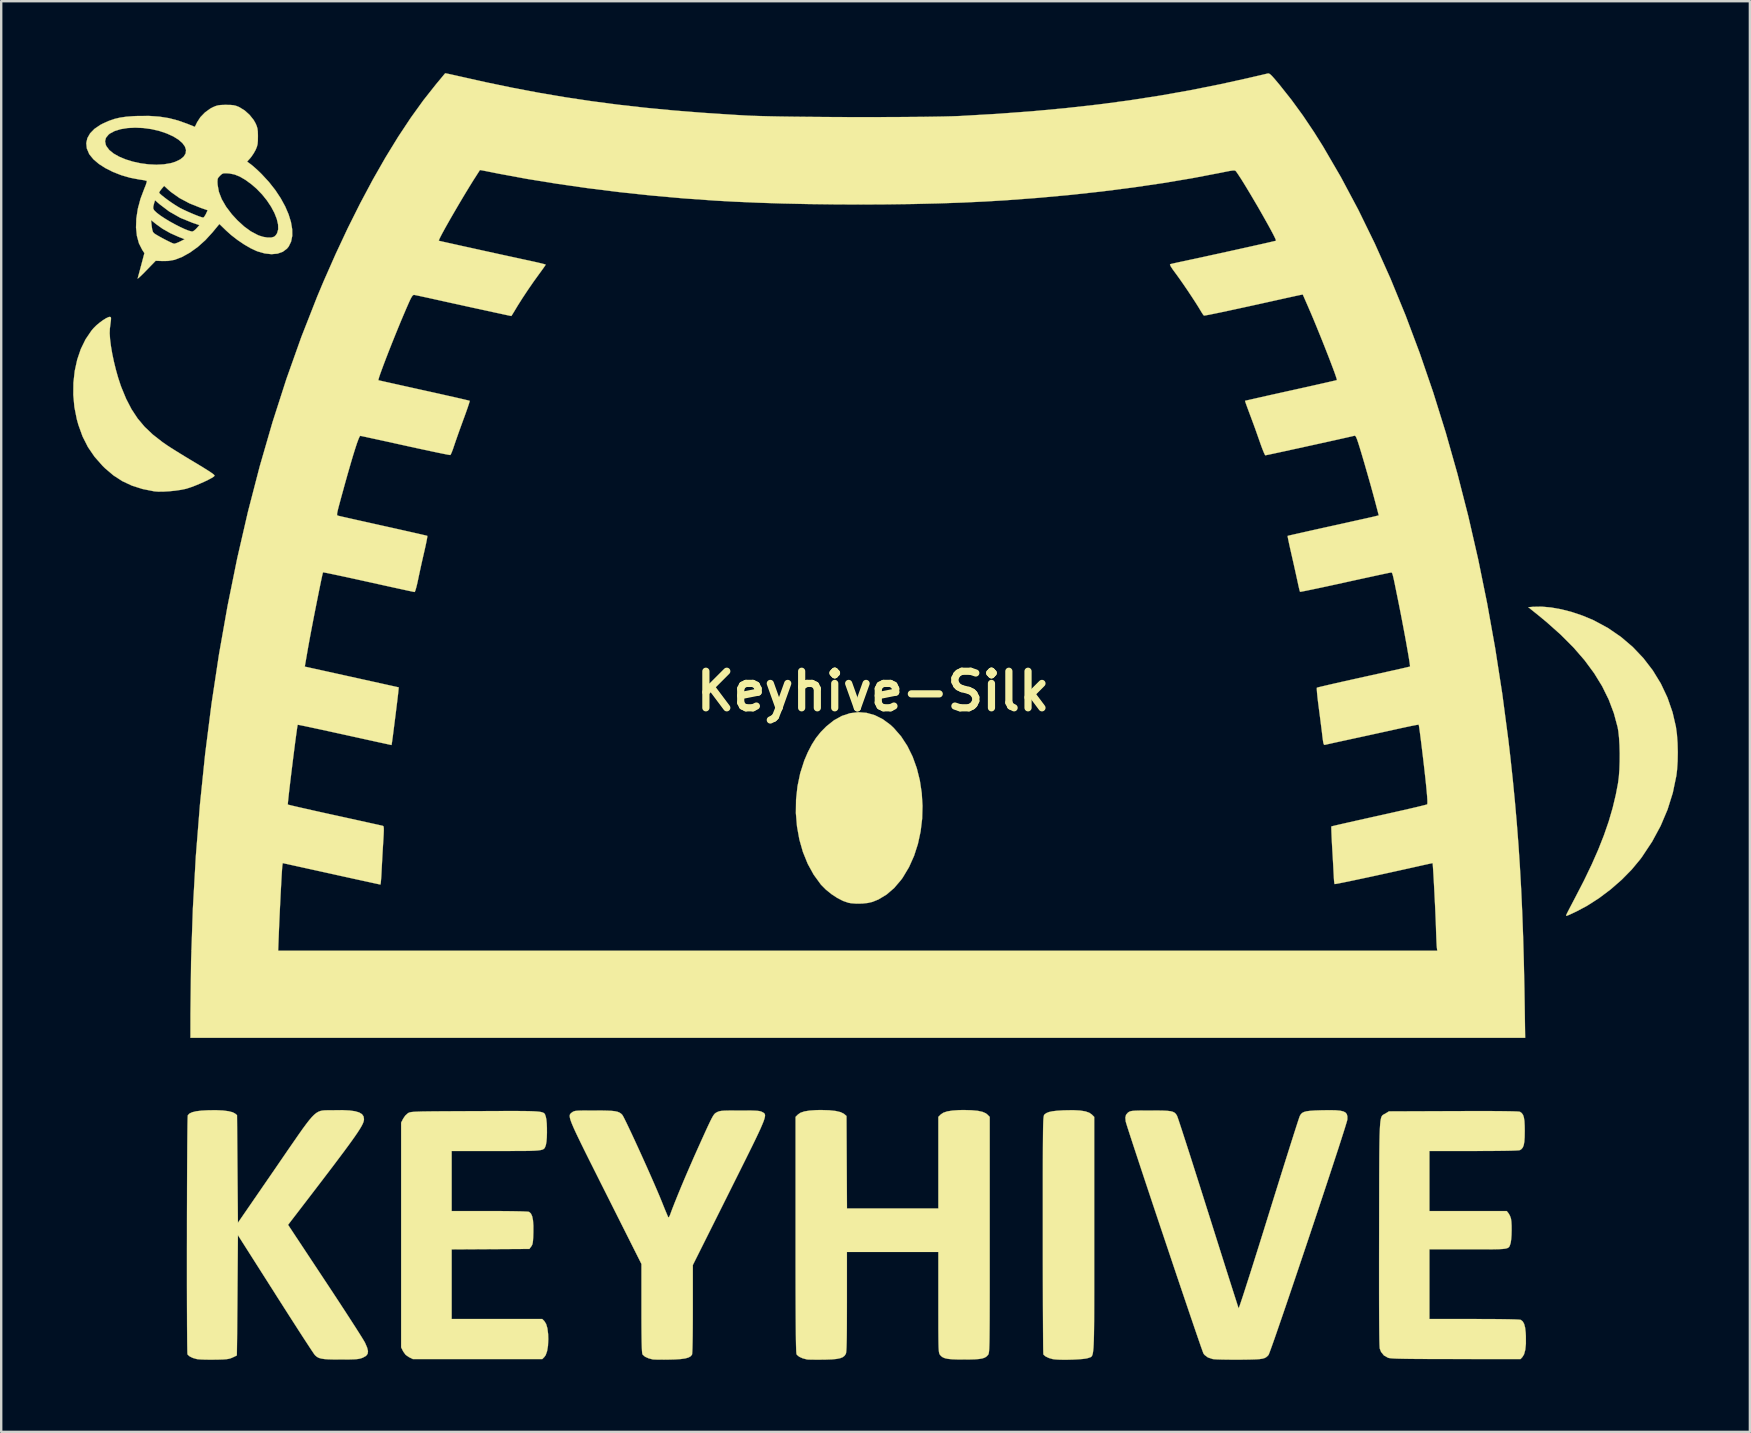
<source format=kicad_pcb>
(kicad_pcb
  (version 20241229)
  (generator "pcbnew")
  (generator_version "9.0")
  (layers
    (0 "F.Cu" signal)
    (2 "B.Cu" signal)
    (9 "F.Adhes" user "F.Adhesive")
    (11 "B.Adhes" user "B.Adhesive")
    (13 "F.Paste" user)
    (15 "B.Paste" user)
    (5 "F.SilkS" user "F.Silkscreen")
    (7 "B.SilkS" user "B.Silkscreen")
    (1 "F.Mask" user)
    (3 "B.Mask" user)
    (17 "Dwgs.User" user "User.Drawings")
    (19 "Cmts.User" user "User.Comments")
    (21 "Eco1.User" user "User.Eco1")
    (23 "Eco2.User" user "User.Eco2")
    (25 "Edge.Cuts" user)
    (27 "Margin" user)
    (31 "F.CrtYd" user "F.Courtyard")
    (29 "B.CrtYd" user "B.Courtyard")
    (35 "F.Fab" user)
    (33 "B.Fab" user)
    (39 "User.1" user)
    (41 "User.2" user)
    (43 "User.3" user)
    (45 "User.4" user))
  (footprint "Keyhive-Silk"
    (layer "F.Cu")
    (at 33.335 25.759)
    (property "Reference" "Keyhive-Silk" (at 0 0 0) (layer "F.SilkS") (effects (font (size 1.524 1.524) (thickness 0.3))))
    (attr through_hole)
    (fp_poly (pts (xy -0.27 0.9) (xy 0.072 0.997) (xy 0.405 1.164) (xy 0.725 1.4) (xy 0.858 1.524) (xy 1.168 1.879) (xy 1.432 2.284) (xy 1.651 2.73) (xy 1.824 3.21) (xy 1.95 3.716) (xy 2.029 4.24) (xy 2.061 4.774) (xy 2.046 5.311) (xy 1.982 5.842) (xy 1.87 6.361) (xy 1.71 6.858) (xy 1.5 7.327) (xy 1.241 7.76) (xy 1.166 7.864) (xy 0.88 8.199) (xy 0.566 8.47) (xy 0.228 8.675) (xy -0.026 8.778) (xy -0.216 8.822) (xy -0.447 8.847) (xy -0.69 8.851) (xy -0.917 8.834) (xy -1.031 8.813) (xy -1.251 8.737) (xy -1.493 8.612) (xy -1.737 8.452) (xy -1.966 8.266) (xy -2.162 8.069) (xy -2.177 8.051) (xy -2.474 7.644) (xy -2.723 7.191) (xy -2.922 6.7) (xy -3.071 6.178) (xy -3.169 5.636) (xy -3.216 5.079) (xy -3.209 4.518) (xy -3.149 3.96) (xy -3.035 3.413) (xy -2.866 2.886) (xy -2.72 2.545) (xy -2.551 2.219) (xy -2.376 1.944) (xy -2.179 1.699) (xy -1.945 1.462) (xy -1.629 1.21) (xy -1.299 1.027) (xy -0.959 0.915) (xy -0.615 0.872) (xy -0.27 0.9)) (stroke (width 0.01) (type solid)) (fill yes) (layer "F.SilkS"))
    (fp_poly (pts (xy 28.263 -3.491) (xy 28.691 -3.414) (xy 29.133 -3.299) (xy 29.577 -3.149) (xy 30.01 -2.968) (xy 30.043 -2.952) (xy 30.627 -2.637) (xy 31.167 -2.267) (xy 31.661 -1.846) (xy 32.105 -1.378) (xy 32.497 -0.868) (xy 32.832 -0.32) (xy 33.107 0.263) (xy 33.319 0.874) (xy 33.46 1.481) (xy 33.502 1.794) (xy 33.528 2.154) (xy 33.538 2.537) (xy 33.531 2.919) (xy 33.508 3.275) (xy 33.478 3.52) (xy 33.33 4.232) (xy 33.112 4.928) (xy 32.824 5.607) (xy 32.467 6.268) (xy 32.041 6.91) (xy 31.972 7.003) (xy 31.615 7.433) (xy 31.201 7.854) (xy 30.744 8.253) (xy 30.26 8.618) (xy 29.765 8.936) (xy 29.331 9.168) (xy 29.152 9.253) (xy 29.028 9.31) (xy 28.95 9.343) (xy 28.906 9.356) (xy 28.887 9.353) (xy 28.883 9.338) (xy 28.9 9.3) (xy 28.945 9.208) (xy 29.015 9.071) (xy 29.105 8.899) (xy 29.209 8.7) (xy 29.26 8.603) (xy 29.627 7.892) (xy 29.947 7.227) (xy 30.224 6.599) (xy 30.46 6.001) (xy 30.659 5.425) (xy 30.823 4.864) (xy 30.956 4.309) (xy 31.049 3.822) (xy 31.082 3.563) (xy 31.105 3.259) (xy 31.116 2.927) (xy 31.118 2.585) (xy 31.109 2.249) (xy 31.09 1.938) (xy 31.061 1.668) (xy 31.032 1.5) (xy 30.875 0.917) (xy 30.661 0.349) (xy 30.388 -0.206) (xy 30.053 -0.752) (xy 29.655 -1.291) (xy 29.191 -1.826) (xy 28.659 -2.359) (xy 28.058 -2.894) (xy 27.743 -3.154) (xy 27.309 -3.502) (xy 27.507 -3.52) (xy 27.864 -3.527) (xy 28.263 -3.491)) (stroke (width 0.01) (type solid)) (fill yes) (layer "F.SilkS"))
    (fp_poly (pts (xy -31.774 -15.595) (xy -31.758 -15.558) (xy -31.762 -15.474) (xy -31.767 -15.431) (xy -31.785 -15.287) (xy -31.803 -15.142) (xy -31.807 -15.109) (xy -31.814 -14.919) (xy -31.798 -14.675) (xy -31.762 -14.387) (xy -31.708 -14.07) (xy -31.638 -13.737) (xy -31.555 -13.399) (xy -31.462 -13.07) (xy -31.361 -12.762) (xy -31.331 -12.679) (xy -31.128 -12.187) (xy -30.904 -11.755) (xy -30.651 -11.371) (xy -30.359 -11.023) (xy -30.019 -10.7) (xy -29.621 -10.389) (xy -29.41 -10.243) (xy -29.272 -10.153) (xy -29.088 -10.037) (xy -28.876 -9.905) (xy -28.652 -9.768) (xy -28.448 -9.645) (xy -28.159 -9.472) (xy -27.928 -9.332) (xy -27.749 -9.22) (xy -27.616 -9.134) (xy -27.525 -9.071) (xy -27.47 -9.025) (xy -27.445 -8.995) (xy -27.443 -8.981) (xy -27.483 -8.94) (xy -27.579 -8.881) (xy -27.716 -8.808) (xy -27.883 -8.728) (xy -28.067 -8.647) (xy -28.255 -8.569) (xy -28.434 -8.502) (xy -28.59 -8.451) (xy -28.646 -8.435) (xy -28.847 -8.394) (xy -29.082 -8.36) (xy -29.332 -8.335) (xy -29.574 -8.321) (xy -29.788 -8.319) (xy -29.952 -8.332) (xy -29.954 -8.332) (xy -30.446 -8.43) (xy -30.887 -8.57) (xy -31.286 -8.757) (xy -31.656 -8.996) (xy -32.006 -9.293) (xy -32.113 -9.398) (xy -32.446 -9.776) (xy -32.721 -10.179) (xy -32.943 -10.617) (xy -33.118 -11.102) (xy -33.184 -11.338) (xy -33.284 -11.843) (xy -33.33 -12.353) (xy -33.325 -12.859) (xy -33.27 -13.351) (xy -33.167 -13.822) (xy -33.017 -14.263) (xy -32.821 -14.665) (xy -32.582 -15.018) (xy -32.487 -15.131) (xy -32.369 -15.249) (xy -32.23 -15.365) (xy -32.088 -15.469) (xy -31.957 -15.55) (xy -31.853 -15.596) (xy -31.815 -15.603) (xy -31.774 -15.595)) (stroke (width 0.01) (type solid)) (fill yes) (layer "F.SilkS"))
    (fp_poly (pts (xy 8.623 17.473) (xy 8.846 17.508) (xy 9.011 17.565) (xy 9.115 17.637) (xy 9.217 17.738) (xy 9.217 22.65) (xy 9.217 23.356) (xy 9.217 23.993) (xy 9.217 24.564) (xy 9.217 25.074) (xy 9.216 25.526) (xy 9.215 25.923) (xy 9.213 26.269) (xy 9.21 26.568) (xy 9.206 26.823) (xy 9.201 27.037) (xy 9.194 27.215) (xy 9.186 27.36) (xy 9.175 27.476) (xy 9.163 27.566) (xy 9.149 27.633) (xy 9.132 27.682) (xy 9.112 27.716) (xy 9.09 27.738) (xy 9.065 27.753) (xy 9.037 27.763) (xy 9.006 27.773) (xy 8.972 27.785) (xy 8.967 27.787) (xy 8.881 27.808) (xy 8.738 27.827) (xy 8.554 27.841) (xy 8.344 27.852) (xy 8.125 27.858) (xy 7.912 27.859) (xy 7.72 27.854) (xy 7.566 27.843) (xy 7.487 27.832) (xy 7.324 27.785) (xy 7.194 27.723) (xy 7.112 27.655) (xy 7.098 27.63) (xy 7.096 27.587) (xy 7.093 27.476) (xy 7.09 27.301) (xy 7.088 27.066) (xy 7.086 26.775) (xy 7.084 26.433) (xy 7.082 26.044) (xy 7.08 25.612) (xy 7.079 25.141) (xy 7.078 24.635) (xy 7.077 24.1) (xy 7.076 23.538) (xy 7.076 22.955) (xy 7.076 22.639) (xy 7.076 21.942) (xy 7.076 21.314) (xy 7.076 20.75) (xy 7.076 20.249) (xy 7.077 19.806) (xy 7.078 19.416) (xy 7.079 19.078) (xy 7.081 18.787) (xy 7.083 18.539) (xy 7.085 18.331) (xy 7.088 18.159) (xy 7.092 18.019) (xy 7.096 17.908) (xy 7.101 17.823) (xy 7.107 17.759) (xy 7.114 17.713) (xy 7.121 17.681) (xy 7.129 17.66) (xy 7.138 17.646) (xy 7.146 17.637) (xy 7.222 17.58) (xy 7.327 17.537) (xy 7.473 17.505) (xy 7.668 17.482) (xy 7.924 17.466) (xy 7.985 17.464) (xy 8.337 17.458) (xy 8.623 17.473)) (stroke (width 0.01) (type solid)) (fill yes) (layer "F.SilkS"))
    (fp_poly (pts (xy -14.859 17.493) (xy -14.581 17.495) (xy -14.351 17.498) (xy -14.165 17.504) (xy -14.017 17.513) (xy -13.903 17.524) (xy -13.818 17.539) (xy -13.757 17.558) (xy -13.715 17.581) (xy -13.687 17.608) (xy -13.669 17.641) (xy -13.656 17.679) (xy -13.642 17.723) (xy -13.638 17.733) (xy -13.616 17.842) (xy -13.6 18.003) (xy -13.592 18.196) (xy -13.591 18.402) (xy -13.597 18.6) (xy -13.611 18.77) (xy -13.632 18.893) (xy -13.638 18.914) (xy -13.656 18.967) (xy -13.674 19.012) (xy -13.697 19.049) (xy -13.732 19.079) (xy -13.784 19.104) (xy -13.86 19.122) (xy -13.965 19.136) (xy -14.105 19.146) (xy -14.286 19.153) (xy -14.514 19.157) (xy -14.794 19.158) (xy -15.133 19.159) (xy -15.537 19.159) (xy -15.702 19.159) (xy -17.562 19.159) (xy -17.562 21.663) (xy -15.981 21.663) (xy -15.586 21.663) (xy -15.237 21.666) (xy -14.938 21.67) (xy -14.694 21.675) (xy -14.509 21.682) (xy -14.387 21.689) (xy -14.334 21.698) (xy -14.334 21.698) (xy -14.259 21.766) (xy -14.206 21.882) (xy -14.172 22.051) (xy -14.156 22.28) (xy -14.157 22.546) (xy -14.163 22.749) (xy -14.172 22.894) (xy -14.185 22.994) (xy -14.203 23.064) (xy -14.231 23.117) (xy -14.246 23.139) (xy -14.323 23.241) (xy -17.562 23.26) (xy -17.562 26.162) (xy -13.785 26.162) (xy -13.7 26.247) (xy -13.626 26.366) (xy -13.572 26.547) (xy -13.542 26.785) (xy -13.535 26.997) (xy -13.547 27.272) (xy -13.584 27.497) (xy -13.642 27.664) (xy -13.7 27.746) (xy -13.785 27.831) (xy -19.18 27.831) (xy -19.342 27.75) (xy -19.48 27.655) (xy -19.577 27.521) (xy -19.585 27.506) (xy -19.667 27.344) (xy -19.667 17.977) (xy -19.585 17.816) (xy -19.496 17.685) (xy -19.387 17.587) (xy -19.377 17.581) (xy -19.351 17.567) (xy -19.322 17.555) (xy -19.284 17.545) (xy -19.233 17.536) (xy -19.163 17.529) (xy -19.068 17.523) (xy -18.945 17.518) (xy -18.788 17.513) (xy -18.592 17.51) (xy -18.351 17.507) (xy -18.061 17.505) (xy -17.717 17.503) (xy -17.313 17.501) (xy -16.845 17.499) (xy -16.55 17.498) (xy -16.031 17.496) (xy -15.579 17.494) (xy -15.19 17.493) (xy -14.859 17.493)) (stroke (width 0.01) (type solid)) (fill yes) (layer "F.SilkS"))
    (fp_poly (pts (xy 4.113 17.462) (xy 4.368 17.486) (xy 4.563 17.529) (xy 4.702 17.59) (xy 4.761 17.637) (xy 4.862 17.738) (xy 4.862 22.653) (xy 4.862 23.349) (xy 4.862 23.976) (xy 4.862 24.537) (xy 4.862 25.037) (xy 4.861 25.48) (xy 4.86 25.868) (xy 4.859 26.205) (xy 4.857 26.496) (xy 4.855 26.743) (xy 4.853 26.951) (xy 4.85 27.123) (xy 4.846 27.262) (xy 4.842 27.374) (xy 4.837 27.46) (xy 4.831 27.525) (xy 4.824 27.572) (xy 4.817 27.606) (xy 4.809 27.63) (xy 4.799 27.647) (xy 4.789 27.66) (xy 4.73 27.723) (xy 4.656 27.77) (xy 4.558 27.804) (xy 4.425 27.827) (xy 4.248 27.841) (xy 4.015 27.848) (xy 3.792 27.849) (xy 3.511 27.847) (xy 3.292 27.839) (xy 3.125 27.823) (xy 3.001 27.797) (xy 2.909 27.76) (xy 2.84 27.71) (xy 2.795 27.66) (xy 2.779 27.639) (xy 2.766 27.613) (xy 2.755 27.577) (xy 2.746 27.526) (xy 2.739 27.452) (xy 2.733 27.352) (xy 2.729 27.218) (xy 2.726 27.045) (xy 2.724 26.828) (xy 2.722 26.56) (xy 2.722 26.236) (xy 2.721 25.85) (xy 2.721 25.468) (xy 2.721 23.368) (xy -1.089 23.368) (xy -1.089 25.445) (xy -1.09 25.916) (xy -1.091 26.318) (xy -1.093 26.656) (xy -1.096 26.936) (xy -1.101 27.16) (xy -1.106 27.335) (xy -1.113 27.464) (xy -1.121 27.552) (xy -1.131 27.603) (xy -1.135 27.613) (xy -1.187 27.692) (xy -1.263 27.752) (xy -1.37 27.795) (xy -1.52 27.825) (xy -1.72 27.844) (xy -1.981 27.853) (xy -2.068 27.854) (xy -2.276 27.856) (xy -2.464 27.855) (xy -2.618 27.853) (xy -2.723 27.849) (xy -2.758 27.845) (xy -2.934 27.799) (xy -3.077 27.734) (xy -3.169 27.658) (xy -3.188 27.629) (xy -3.194 27.594) (xy -3.2 27.518) (xy -3.205 27.397) (xy -3.21 27.23) (xy -3.214 27.015) (xy -3.217 26.747) (xy -3.22 26.426) (xy -3.223 26.049) (xy -3.225 25.614) (xy -3.227 25.117) (xy -3.228 24.557) (xy -3.229 23.931) (xy -3.229 23.237) (xy -3.229 22.638) (xy -3.229 17.738) (xy -3.128 17.637) (xy -3.021 17.564) (xy -2.86 17.51) (xy -2.642 17.475) (xy -2.362 17.456) (xy -2.159 17.453) (xy -1.825 17.463) (xy -1.555 17.492) (xy -1.351 17.541) (xy -1.216 17.608) (xy -1.204 17.618) (xy -1.107 17.701) (xy -1.097 19.627) (xy -1.087 21.554) (xy 2.721 21.554) (xy 2.721 17.738) (xy 2.822 17.637) (xy 2.93 17.564) (xy 3.09 17.51) (xy 3.308 17.475) (xy 3.589 17.456) (xy 3.792 17.453) (xy 4.113 17.462)) (stroke (width 0.01) (type solid)) (fill yes) (layer "F.SilkS"))
    (fp_poly (pts (xy 25.731 17.496) (xy 26.103 17.498) (xy 26.406 17.502) (xy 26.643 17.506) (xy 26.814 17.512) (xy 26.92 17.519) (xy 26.961 17.526) (xy 27.033 17.578) (xy 27.087 17.652) (xy 27.123 17.758) (xy 27.146 17.906) (xy 27.157 18.108) (xy 27.16 18.324) (xy 27.156 18.579) (xy 27.143 18.771) (xy 27.118 18.912) (xy 27.079 19.012) (xy 27.022 19.081) (xy 26.962 19.121) (xy 26.907 19.131) (xy 26.782 19.139) (xy 26.587 19.146) (xy 26.324 19.151) (xy 25.996 19.155) (xy 25.604 19.158) (xy 25.149 19.159) (xy 25.04 19.159) (xy 23.187 19.159) (xy 23.187 21.663) (xy 26.411 21.663) (xy 26.485 21.757) (xy 26.544 21.86) (xy 26.586 21.979) (xy 26.587 21.984) (xy 26.603 22.109) (xy 26.612 22.276) (xy 26.613 22.467) (xy 26.608 22.659) (xy 26.596 22.832) (xy 26.578 22.965) (xy 26.566 23.015) (xy 26.547 23.072) (xy 26.53 23.119) (xy 26.507 23.158) (xy 26.472 23.189) (xy 26.42 23.213) (xy 26.343 23.23) (xy 26.235 23.243) (xy 26.09 23.251) (xy 25.901 23.256) (xy 25.662 23.259) (xy 25.367 23.259) (xy 25.009 23.259) (xy 24.799 23.259) (xy 23.187 23.259) (xy 23.187 26.162) (xy 25.058 26.162) (xy 25.529 26.163) (xy 25.938 26.165) (xy 26.283 26.169) (xy 26.563 26.174) (xy 26.775 26.18) (xy 26.919 26.188) (xy 26.991 26.197) (xy 26.999 26.199) (xy 27.077 26.264) (xy 27.135 26.368) (xy 27.175 26.521) (xy 27.199 26.731) (xy 27.207 26.872) (xy 27.208 27.192) (xy 27.182 27.446) (xy 27.131 27.634) (xy 27.061 27.749) (xy 26.984 27.831) (xy 24.296 27.83) (xy 23.774 27.829) (xy 23.32 27.828) (xy 22.929 27.827) (xy 22.597 27.825) (xy 22.318 27.822) (xy 22.087 27.818) (xy 21.901 27.814) (xy 21.754 27.809) (xy 21.641 27.802) (xy 21.558 27.795) (xy 21.5 27.786) (xy 21.463 27.777) (xy 21.292 27.681) (xy 21.173 27.534) (xy 21.119 27.398) (xy 21.113 27.341) (xy 21.107 27.219) (xy 21.102 27.032) (xy 21.098 26.778) (xy 21.095 26.457) (xy 21.092 26.068) (xy 21.09 25.611) (xy 21.089 25.085) (xy 21.089 24.488) (xy 21.089 23.821) (xy 21.09 23.083) (xy 21.091 22.582) (xy 21.092 21.892) (xy 21.093 21.27) (xy 21.094 20.713) (xy 21.095 20.218) (xy 21.097 19.781) (xy 21.099 19.398) (xy 21.102 19.065) (xy 21.106 18.779) (xy 21.111 18.535) (xy 21.118 18.331) (xy 21.126 18.162) (xy 21.136 18.025) (xy 21.147 17.916) (xy 21.162 17.831) (xy 21.178 17.767) (xy 21.197 17.719) (xy 21.219 17.685) (xy 21.244 17.661) (xy 21.272 17.642) (xy 21.304 17.625) (xy 21.339 17.607) (xy 21.362 17.593) (xy 21.499 17.508) (xy 24.194 17.498) (xy 24.777 17.496) (xy 25.289 17.496) (xy 25.731 17.496)) (stroke (width 0.01) (type solid)) (fill yes) (layer "F.SilkS"))
    (fp_poly (pts (xy -5.281 17.472) (xy -5.073 17.474) (xy -4.918 17.479) (xy -4.805 17.487) (xy -4.724 17.498) (xy -4.665 17.514) (xy -4.618 17.536) (xy -4.617 17.536) (xy -4.58 17.557) (xy -4.548 17.577) (xy -4.523 17.602) (xy -4.507 17.635) (xy -4.501 17.679) (xy -4.508 17.739) (xy -4.528 17.819) (xy -4.563 17.923) (xy -4.616 18.053) (xy -4.686 18.216) (xy -4.777 18.413) (xy -4.889 18.649) (xy -5.025 18.929) (xy -5.186 19.255) (xy -5.373 19.632) (xy -5.588 20.064) (xy -5.833 20.554) (xy -6.005 20.9) (xy -7.511 23.914) (xy -7.511 25.748) (xy -7.512 26.167) (xy -7.514 26.543) (xy -7.517 26.872) (xy -7.522 27.149) (xy -7.527 27.37) (xy -7.534 27.53) (xy -7.541 27.624) (xy -7.546 27.648) (xy -7.602 27.715) (xy -7.692 27.766) (xy -7.826 27.804) (xy -8.011 27.83) (xy -8.254 27.846) (xy -8.491 27.852) (xy -8.699 27.855) (xy -8.887 27.854) (xy -9.04 27.852) (xy -9.145 27.848) (xy -9.18 27.845) (xy -9.357 27.799) (xy -9.5 27.734) (xy -9.592 27.658) (xy -9.61 27.629) (xy -9.621 27.58) (xy -9.63 27.48) (xy -9.637 27.325) (xy -9.643 27.114) (xy -9.647 26.842) (xy -9.65 26.507) (xy -9.652 26.105) (xy -9.652 25.703) (xy -9.652 23.868) (xy -11.146 20.895) (xy -11.41 20.37) (xy -11.643 19.905) (xy -11.847 19.498) (xy -12.023 19.144) (xy -12.173 18.838) (xy -12.299 18.578) (xy -12.403 18.359) (xy -12.486 18.177) (xy -12.549 18.028) (xy -12.595 17.909) (xy -12.624 17.815) (xy -12.639 17.742) (xy -12.642 17.687) (xy -12.634 17.645) (xy -12.616 17.613) (xy -12.59 17.586) (xy -12.558 17.56) (xy -12.543 17.549) (xy -12.507 17.524) (xy -12.466 17.505) (xy -12.41 17.491) (xy -12.329 17.482) (xy -12.214 17.476) (xy -12.055 17.473) (xy -11.841 17.472) (xy -11.618 17.472) (xy -11.316 17.473) (xy -11.077 17.478) (xy -10.891 17.487) (xy -10.75 17.503) (xy -10.645 17.527) (xy -10.565 17.56) (xy -10.501 17.604) (xy -10.455 17.648) (xy -10.422 17.7) (xy -10.364 17.811) (xy -10.283 17.974) (xy -10.184 18.181) (xy -10.069 18.424) (xy -9.942 18.697) (xy -9.807 18.991) (xy -9.666 19.3) (xy -9.523 19.616) (xy -9.382 19.931) (xy -9.246 20.238) (xy -9.118 20.53) (xy -9.002 20.799) (xy -8.9 21.038) (xy -8.818 21.238) (xy -8.793 21.3) (xy -8.715 21.495) (xy -8.645 21.666) (xy -8.587 21.803) (xy -8.548 21.894) (xy -8.531 21.926) (xy -8.505 21.913) (xy -8.47 21.848) (xy -8.458 21.817) (xy -8.374 21.589) (xy -8.263 21.305) (xy -8.13 20.975) (xy -7.979 20.608) (xy -7.813 20.215) (xy -7.636 19.806) (xy -7.454 19.389) (xy -7.269 18.976) (xy -7.247 18.927) (xy -7.099 18.599) (xy -6.977 18.33) (xy -6.878 18.116) (xy -6.798 17.947) (xy -6.735 17.82) (xy -6.684 17.726) (xy -6.642 17.66) (xy -6.606 17.614) (xy -6.572 17.583) (xy -6.537 17.561) (xy -6.513 17.548) (xy -6.462 17.523) (xy -6.406 17.504) (xy -6.337 17.491) (xy -6.243 17.481) (xy -6.114 17.476) (xy -5.939 17.473) (xy -5.709 17.472) (xy -5.552 17.472) (xy -5.281 17.472)) (stroke (width 0.01) (type solid)) (fill yes) (layer "F.SilkS"))
    (fp_poly (pts (xy -21.82 17.471) (xy -21.588 17.503) (xy -21.416 17.554) (xy -21.299 17.625) (xy -21.234 17.718) (xy -21.216 17.829) (xy -21.22 17.877) (xy -21.232 17.93) (xy -21.253 17.991) (xy -21.287 18.064) (xy -21.334 18.152) (xy -21.398 18.258) (xy -21.48 18.385) (xy -21.583 18.536) (xy -21.709 18.714) (xy -21.86 18.923) (xy -22.039 19.166) (xy -22.248 19.445) (xy -22.488 19.764) (xy -22.763 20.126) (xy -23.074 20.534) (xy -23.424 20.991) (xy -23.815 21.501) (xy -24.069 21.832) (xy -24.38 22.237) (xy -22.835 24.572) (xy -22.586 24.949) (xy -22.346 25.314) (xy -22.119 25.661) (xy -21.908 25.985) (xy -21.716 26.282) (xy -21.547 26.544) (xy -21.405 26.768) (xy -21.292 26.948) (xy -21.213 27.079) (xy -21.17 27.155) (xy -21.168 27.159) (xy -21.085 27.353) (xy -21.049 27.501) (xy -21.064 27.613) (xy -21.13 27.698) (xy -21.251 27.766) (xy -21.29 27.783) (xy -21.361 27.806) (xy -21.442 27.824) (xy -21.544 27.836) (xy -21.679 27.843) (xy -21.86 27.848) (xy -22.098 27.849) (xy -22.189 27.849) (xy -22.475 27.848) (xy -22.699 27.842) (xy -22.872 27.83) (xy -23.002 27.809) (xy -23.1 27.78) (xy -23.177 27.738) (xy -23.242 27.683) (xy -23.266 27.658) (xy -23.3 27.612) (xy -23.369 27.51) (xy -23.471 27.356) (xy -23.602 27.156) (xy -23.76 26.914) (xy -23.941 26.634) (xy -24.141 26.322) (xy -24.359 25.983) (xy -24.59 25.621) (xy -24.832 25.242) (xy -24.914 25.112) (xy -26.47 22.666) (xy -26.489 25.167) (xy -26.492 25.586) (xy -26.496 25.983) (xy -26.499 26.353) (xy -26.502 26.689) (xy -26.505 26.986) (xy -26.508 27.238) (xy -26.511 27.439) (xy -26.513 27.582) (xy -26.515 27.663) (xy -26.516 27.679) (xy -26.551 27.699) (xy -26.632 27.738) (xy -26.697 27.768) (xy -26.772 27.799) (xy -26.851 27.821) (xy -26.949 27.836) (xy -27.08 27.846) (xy -27.257 27.852) (xy -27.45 27.855) (xy -27.661 27.856) (xy -27.858 27.853) (xy -28.025 27.846) (xy -28.145 27.837) (xy -28.182 27.831) (xy -28.345 27.785) (xy -28.475 27.723) (xy -28.556 27.655) (xy -28.571 27.63) (xy -28.575 27.584) (xy -28.578 27.471) (xy -28.581 27.295) (xy -28.584 27.063) (xy -28.586 26.779) (xy -28.589 26.448) (xy -28.59 26.075) (xy -28.592 25.666) (xy -28.593 25.225) (xy -28.594 24.758) (xy -28.594 24.269) (xy -28.594 23.765) (xy -28.594 23.25) (xy -28.593 22.729) (xy -28.593 22.207) (xy -28.592 21.689) (xy -28.59 21.181) (xy -28.589 20.687) (xy -28.587 20.213) (xy -28.585 19.764) (xy -28.582 19.345) (xy -28.58 18.961) (xy -28.577 18.617) (xy -28.574 18.319) (xy -28.571 18.071) (xy -28.567 17.878) (xy -28.563 17.746) (xy -28.559 17.68) (xy -28.558 17.673) (xy -28.493 17.601) (xy -28.379 17.546) (xy -28.212 17.505) (xy -27.984 17.477) (xy -27.702 17.462) (xy -27.374 17.459) (xy -27.091 17.472) (xy -26.86 17.502) (xy -26.688 17.546) (xy -26.588 17.599) (xy -26.507 17.665) (xy -26.47 22.151) (xy -24.912 19.888) (xy -24.614 19.453) (xy -24.354 19.074) (xy -24.128 18.747) (xy -23.934 18.467) (xy -23.767 18.231) (xy -23.623 18.035) (xy -23.499 17.876) (xy -23.391 17.749) (xy -23.294 17.651) (xy -23.207 17.579) (xy -23.123 17.528) (xy -23.041 17.495) (xy -22.955 17.475) (xy -22.863 17.466) (xy -22.76 17.463) (xy -22.643 17.463) (xy -22.507 17.461) (xy -22.476 17.461) (xy -22.114 17.457) (xy -21.82 17.471)) (stroke (width 0.01) (type solid)) (fill yes) (layer "F.SilkS"))
    (fp_poly (pts (xy 19.28 17.463) (xy 19.467 17.48) (xy 19.602 17.511) (xy 19.693 17.56) (xy 19.746 17.629) (xy 19.768 17.721) (xy 19.767 17.837) (xy 19.765 17.85) (xy 19.752 17.909) (xy 19.716 18.03) (xy 19.661 18.21) (xy 19.587 18.444) (xy 19.497 18.726) (xy 19.392 19.052) (xy 19.272 19.417) (xy 19.141 19.817) (xy 19 20.246) (xy 18.85 20.7) (xy 18.693 21.174) (xy 18.53 21.664) (xy 18.364 22.163) (xy 18.195 22.669) (xy 18.025 23.175) (xy 17.856 23.677) (xy 17.69 24.17) (xy 17.528 24.65) (xy 17.372 25.111) (xy 17.223 25.55) (xy 17.083 25.96) (xy 16.953 26.337) (xy 16.836 26.677) (xy 16.733 26.975) (xy 16.644 27.226) (xy 16.573 27.424) (xy 16.52 27.566) (xy 16.488 27.646) (xy 16.479 27.663) (xy 16.428 27.716) (xy 16.375 27.759) (xy 16.31 27.791) (xy 16.225 27.815) (xy 16.111 27.832) (xy 15.959 27.843) (xy 15.759 27.849) (xy 15.503 27.854) (xy 15.258 27.856) (xy 14.994 27.856) (xy 14.746 27.854) (xy 14.526 27.85) (xy 14.345 27.845) (xy 14.215 27.837) (xy 14.156 27.83) (xy 13.956 27.764) (xy 13.815 27.658) (xy 13.773 27.604) (xy 13.755 27.559) (xy 13.715 27.449) (xy 13.655 27.281) (xy 13.578 27.058) (xy 13.484 26.786) (xy 13.376 26.469) (xy 13.254 26.112) (xy 13.121 25.719) (xy 12.978 25.297) (xy 12.826 24.849) (xy 12.668 24.381) (xy 12.505 23.896) (xy 12.339 23.401) (xy 12.171 22.9) (xy 12.002 22.397) (xy 11.835 21.898) (xy 11.671 21.408) (xy 11.512 20.93) (xy 11.359 20.471) (xy 11.214 20.034) (xy 11.079 19.625) (xy 10.955 19.249) (xy 10.843 18.91) (xy 10.746 18.613) (xy 10.665 18.363) (xy 10.601 18.165) (xy 10.557 18.023) (xy 10.533 17.943) (xy 10.53 17.931) (xy 10.515 17.769) (xy 10.543 17.652) (xy 10.619 17.563) (xy 10.655 17.537) (xy 10.695 17.516) (xy 10.746 17.499) (xy 10.818 17.488) (xy 10.921 17.48) (xy 11.064 17.475) (xy 11.259 17.472) (xy 11.514 17.472) (xy 11.574 17.472) (xy 11.866 17.473) (xy 12.096 17.477) (xy 12.271 17.486) (xy 12.402 17.502) (xy 12.496 17.527) (xy 12.564 17.562) (xy 12.615 17.609) (xy 12.657 17.671) (xy 12.667 17.689) (xy 12.686 17.738) (xy 12.726 17.851) (xy 12.783 18.024) (xy 12.859 18.253) (xy 12.95 18.534) (xy 13.056 18.861) (xy 13.175 19.23) (xy 13.305 19.637) (xy 13.445 20.077) (xy 13.594 20.545) (xy 13.75 21.038) (xy 13.912 21.551) (xy 13.971 21.735) (xy 14.134 22.252) (xy 14.291 22.75) (xy 14.441 23.224) (xy 14.582 23.67) (xy 14.713 24.085) (xy 14.833 24.462) (xy 14.94 24.798) (xy 15.033 25.089) (xy 15.11 25.33) (xy 15.17 25.517) (xy 15.211 25.645) (xy 15.233 25.709) (xy 15.236 25.716) (xy 15.249 25.688) (xy 15.283 25.595) (xy 15.335 25.441) (xy 15.405 25.231) (xy 15.49 24.968) (xy 15.59 24.657) (xy 15.704 24.303) (xy 15.829 23.909) (xy 15.964 23.48) (xy 16.109 23.02) (xy 16.261 22.534) (xy 16.419 22.026) (xy 16.49 21.797) (xy 16.652 21.276) (xy 16.809 20.773) (xy 16.959 20.292) (xy 17.101 19.838) (xy 17.234 19.415) (xy 17.356 19.028) (xy 17.466 18.682) (xy 17.562 18.38) (xy 17.643 18.128) (xy 17.707 17.93) (xy 17.754 17.79) (xy 17.78 17.714) (xy 17.785 17.702) (xy 17.828 17.63) (xy 17.882 17.575) (xy 17.958 17.535) (xy 18.065 17.505) (xy 18.214 17.486) (xy 18.414 17.472) (xy 18.674 17.463) (xy 18.725 17.462) (xy 19.035 17.458) (xy 19.28 17.463)) (stroke (width 0.01) (type solid)) (fill yes) (layer "F.SilkS"))
    (fp_poly (pts (xy -26.785 -24.436) (xy -26.657 -24.424) (xy -26.551 -24.4) (xy -26.444 -24.358) (xy -26.407 -24.341) (xy -26.188 -24.206) (xy -25.982 -24.02) (xy -25.812 -23.807) (xy -25.733 -23.667) (xy -25.685 -23.554) (xy -25.656 -23.451) (xy -25.641 -23.333) (xy -25.636 -23.174) (xy -25.636 -23.114) (xy -25.639 -22.938) (xy -25.65 -22.809) (xy -25.675 -22.704) (xy -25.717 -22.598) (xy -25.731 -22.565) (xy -25.809 -22.424) (xy -25.903 -22.285) (xy -25.957 -22.217) (xy -26.088 -22.073) (xy -25.933 -21.962) (xy -25.843 -21.889) (xy -25.72 -21.781) (xy -25.583 -21.653) (xy -25.48 -21.552) (xy -25.178 -21.225) (xy -24.912 -20.888) (xy -24.686 -20.546) (xy -24.5 -20.206) (xy -24.357 -19.874) (xy -24.259 -19.555) (xy -24.208 -19.255) (xy -24.205 -18.981) (xy -24.254 -18.738) (xy -24.355 -18.532) (xy -24.429 -18.443) (xy -24.603 -18.314) (xy -24.82 -18.238) (xy -25.072 -18.216) (xy -25.352 -18.247) (xy -25.653 -18.333) (xy -25.699 -18.351) (xy -25.942 -18.465) (xy -26.212 -18.622) (xy -26.488 -18.809) (xy -26.751 -19.013) (xy -26.965 -19.205) (xy -27.242 -19.474) (xy -27.53 -19.125) (xy -27.825 -18.802) (xy -28.144 -18.517) (xy -28.475 -18.279) (xy -28.807 -18.096) (xy -29.112 -17.98) (xy -29.378 -17.934) (xy -29.61 -17.93) (xy -29.897 -17.941) (xy -30.282 -17.543) (xy -30.412 -17.41) (xy -30.522 -17.304) (xy -30.602 -17.231) (xy -30.645 -17.199) (xy -30.649 -17.203) (xy -30.634 -17.257) (xy -30.604 -17.368) (xy -30.563 -17.52) (xy -30.516 -17.698) (xy -30.499 -17.76) (xy -30.367 -18.26) (xy -30.458 -18.398) (xy -30.594 -18.665) (xy -30.679 -18.978) (xy -30.716 -19.327) (xy -30.705 -19.639) (xy -30.09 -19.639) (xy -30.064 -19.391) (xy -30.041 -19.24) (xy -30.011 -19.145) (xy -29.966 -19.089) (xy -29.963 -19.087) (xy -29.881 -19.032) (xy -29.76 -18.962) (xy -29.617 -18.883) (xy -29.467 -18.804) (xy -29.327 -18.734) (xy -29.213 -18.681) (xy -29.14 -18.654) (xy -29.127 -18.651) (xy -29.06 -18.667) (xy -28.957 -18.707) (xy -28.876 -18.745) (xy -28.689 -18.84) (xy -28.946 -18.94) (xy -29.288 -19.093) (xy -29.612 -19.277) (xy -29.888 -19.475) (xy -30.09 -19.639) (xy -30.705 -19.639) (xy -30.703 -19.706) (xy -30.641 -20.108) (xy -30.616 -20.2) (xy -29.998 -20.2) (xy -29.997 -20.114) (xy -29.956 -20.04) (xy -29.866 -19.954) (xy -29.836 -19.929) (xy -29.69 -19.818) (xy -29.509 -19.699) (xy -29.305 -19.576) (xy -29.091 -19.458) (xy -28.881 -19.351) (xy -28.687 -19.261) (xy -28.523 -19.196) (xy -28.401 -19.163) (xy -28.37 -19.16) (xy -28.313 -19.185) (xy -28.234 -19.25) (xy -28.193 -19.293) (xy -28.075 -19.427) (xy -28.361 -19.524) (xy -28.868 -19.73) (xy -29.332 -19.994) (xy -29.722 -20.289) (xy -29.925 -20.463) (xy -29.967 -20.324) (xy -29.998 -20.2) (xy -30.616 -20.2) (xy -30.53 -20.524) (xy -30.432 -20.784) (xy -29.754 -20.784) (xy -29.726 -20.743) (xy -29.648 -20.672) (xy -29.533 -20.58) (xy -29.394 -20.475) (xy -29.242 -20.368) (xy -29.089 -20.267) (xy -28.948 -20.18) (xy -28.877 -20.139) (xy -28.733 -20.067) (xy -28.564 -19.989) (xy -28.388 -19.912) (xy -28.219 -19.842) (xy -28.072 -19.786) (xy -27.963 -19.751) (xy -27.917 -19.741) (xy -27.878 -19.77) (xy -27.828 -19.846) (xy -27.803 -19.893) (xy -27.731 -20.047) (xy -28.008 -20.142) (xy -28.486 -20.333) (xy -28.906 -20.556) (xy -29.264 -20.81) (xy -29.378 -20.909) (xy -29.545 -21.063) (xy -29.65 -20.938) (xy -29.713 -20.856) (xy -29.75 -20.797) (xy -29.754 -20.784) (xy -30.432 -20.784) (xy -30.373 -20.941) (xy -30.305 -21.11) (xy -30.27 -21.223) (xy -30.269 -21.276) (xy -30.274 -21.28) (xy -30.329 -21.29) (xy -30.361 -21.296) (xy -27.322 -21.296) (xy -27.321 -21.188) (xy -27.315 -21.103) (xy -27.263 -20.814) (xy -27.145 -20.509) (xy -26.963 -20.195) (xy -26.722 -19.877) (xy -26.491 -19.627) (xy -26.207 -19.367) (xy -25.931 -19.167) (xy -25.648 -19.017) (xy -25.595 -18.994) (xy -25.416 -18.938) (xy -25.236 -18.909) (xy -25.076 -18.911) (xy -24.963 -18.942) (xy -24.896 -19.001) (xy -24.838 -19.086) (xy -24.79 -19.253) (xy -24.796 -19.455) (xy -24.85 -19.685) (xy -24.948 -19.934) (xy -25.086 -20.193) (xy -25.259 -20.454) (xy -25.463 -20.707) (xy -25.693 -20.945) (xy -25.896 -21.121) (xy -26.157 -21.313) (xy -26.392 -21.45) (xy -26.61 -21.537) (xy -26.823 -21.579) (xy -26.859 -21.582) (xy -26.99 -21.589) (xy -27.074 -21.584) (xy -27.134 -21.558) (xy -27.195 -21.506) (xy -27.217 -21.484) (xy -27.276 -21.421) (xy -27.309 -21.366) (xy -27.322 -21.296) (xy -30.361 -21.296) (xy -30.434 -21.307) (xy -30.569 -21.327) (xy -30.589 -21.33) (xy -30.964 -21.402) (xy -31.33 -21.508) (xy -31.675 -21.643) (xy -31.989 -21.801) (xy -32.264 -21.977) (xy -32.487 -22.166) (xy -32.65 -22.363) (xy -32.673 -22.401) (xy -32.767 -22.623) (xy -32.789 -22.842) (xy -32.772 -22.924) (xy -32.007 -22.924) (xy -31.975 -22.768) (xy -31.951 -22.718) (xy -31.831 -22.557) (xy -31.649 -22.409) (xy -31.417 -22.278) (xy -31.145 -22.165) (xy -30.844 -22.072) (xy -30.524 -22.003) (xy -30.196 -21.96) (xy -29.87 -21.944) (xy -29.558 -21.96) (xy -29.27 -22.008) (xy -29.083 -22.065) (xy -28.871 -22.166) (xy -28.727 -22.285) (xy -28.648 -22.416) (xy -28.632 -22.556) (xy -28.678 -22.701) (xy -28.783 -22.846) (xy -28.945 -22.988) (xy -29.162 -23.123) (xy -29.433 -23.246) (xy -29.737 -23.349) (xy -30.073 -23.428) (xy -30.414 -23.474) (xy -30.749 -23.489) (xy -31.066 -23.473) (xy -31.355 -23.426) (xy -31.604 -23.35) (xy -31.801 -23.246) (xy -31.861 -23.198) (xy -31.97 -23.065) (xy -32.007 -22.924) (xy -32.772 -22.924) (xy -32.743 -23.053) (xy -32.629 -23.253) (xy -32.45 -23.437) (xy -32.206 -23.603) (xy -32.101 -23.658) (xy -31.859 -23.767) (xy -31.627 -23.849) (xy -31.385 -23.907) (xy -31.116 -23.946) (xy -30.801 -23.969) (xy -30.642 -23.975) (xy -30.168 -23.977) (xy -29.743 -23.948) (xy -29.348 -23.886) (xy -28.965 -23.786) (xy -28.576 -23.648) (xy -28.57 -23.645) (xy -28.264 -23.522) (xy -28.168 -23.718) (xy -28.032 -23.928) (xy -27.843 -24.123) (xy -27.622 -24.283) (xy -27.512 -24.341) (xy -27.4 -24.389) (xy -27.297 -24.418) (xy -27.179 -24.433) (xy -27.02 -24.438) (xy -26.96 -24.438) (xy -26.785 -24.436)) (stroke (width 0.01) (type solid)) (fill yes) (layer "F.SilkS"))
    (fp_poly (pts (xy -17.798 -25.75) (xy -17.704 -25.732) (xy -17.563 -25.701) (xy -17.388 -25.662) (xy -17.268 -25.635) (xy -16.129 -25.38) (xy -15.016 -25.149) (xy -13.921 -24.942) (xy -12.831 -24.757) (xy -11.738 -24.593) (xy -10.63 -24.447) (xy -9.496 -24.319) (xy -8.327 -24.207) (xy -7.112 -24.11) (xy -5.839 -24.026) (xy -5.3 -23.995) (xy -5.039 -23.983) (xy -4.713 -23.973) (xy -4.33 -23.963) (xy -3.896 -23.954) (xy -3.419 -23.947) (xy -2.907 -23.941) (xy -2.368 -23.936) (xy -1.808 -23.932) (xy -1.235 -23.929) (xy -0.657 -23.928) (xy -0.08 -23.928) (xy 0.486 -23.929) (xy 1.036 -23.931) (xy 1.562 -23.935) (xy 2.055 -23.939) (xy 2.51 -23.946) (xy 2.917 -23.953) (xy 3.27 -23.962) (xy 3.562 -23.972) (xy 3.665 -23.977) (xy 5.172 -24.064) (xy 6.617 -24.171) (xy 8.01 -24.3) (xy 9.36 -24.451) (xy 10.674 -24.625) (xy 11.962 -24.825) (xy 13.232 -25.05) (xy 14.494 -25.303) (xy 15.577 -25.542) (xy 15.809 -25.596) (xy 16.021 -25.645) (xy 16.203 -25.687) (xy 16.341 -25.72) (xy 16.425 -25.74) (xy 16.439 -25.743) (xy 16.477 -25.748) (xy 16.517 -25.736) (xy 16.566 -25.7) (xy 16.634 -25.633) (xy 16.728 -25.528) (xy 16.855 -25.377) (xy 16.933 -25.284) (xy 17.431 -24.657) (xy 17.912 -23.998) (xy 18.385 -23.293) (xy 18.748 -22.715) (xy 19.498 -21.427) (xy 20.219 -20.074) (xy 20.909 -18.662) (xy 21.568 -17.19) (xy 22.194 -15.664) (xy 22.786 -14.085) (xy 23.345 -12.456) (xy 23.868 -10.78) (xy 24.355 -9.06) (xy 24.806 -7.299) (xy 25.219 -5.498) (xy 25.593 -3.662) (xy 25.928 -1.793) (xy 26.223 0.107) (xy 26.477 2.034) (xy 26.56 2.75) (xy 26.66 3.679) (xy 26.749 4.592) (xy 26.828 5.497) (xy 26.898 6.404) (xy 26.958 7.321) (xy 27.011 8.259) (xy 27.055 9.225) (xy 27.092 10.231) (xy 27.122 11.284) (xy 27.146 12.394) (xy 27.158 13.145) (xy 27.177 14.442) (xy -28.448 14.442) (xy -28.447 13.453) (xy -28.421 11.239) (xy -28.407 10.813) (xy -24.793 10.813) (xy 23.514 10.813) (xy 23.497 10.677) (xy 23.49 10.598) (xy 23.483 10.461) (xy 23.475 10.279) (xy 23.467 10.067) (xy 23.46 9.838) (xy 23.46 9.833) (xy 23.454 9.66) (xy 23.445 9.447) (xy 23.435 9.204) (xy 23.423 8.939) (xy 23.409 8.662) (xy 23.395 8.383) (xy 23.381 8.111) (xy 23.367 7.856) (xy 23.354 7.627) (xy 23.342 7.434) (xy 23.332 7.286) (xy 23.325 7.193) (xy 23.32 7.163) (xy 23.284 7.169) (xy 23.191 7.188) (xy 23.053 7.218) (xy 22.885 7.255) (xy 22.842 7.265) (xy 22.399 7.364) (xy 21.962 7.461) (xy 21.539 7.554) (xy 21.134 7.643) (xy 20.753 7.726) (xy 20.401 7.801) (xy 20.086 7.868) (xy 19.811 7.926) (xy 19.583 7.972) (xy 19.408 8.007) (xy 19.291 8.028) (xy 19.238 8.035) (xy 19.235 8.035) (xy 19.224 7.991) (xy 19.213 7.895) (xy 19.204 7.767) (xy 19.204 7.754) (xy 19.198 7.644) (xy 19.189 7.475) (xy 19.178 7.261) (xy 19.164 7.016) (xy 19.149 6.752) (xy 19.138 6.571) (xy 19.124 6.321) (xy 19.113 6.095) (xy 19.105 5.903) (xy 19.1 5.756) (xy 19.098 5.663) (xy 19.101 5.634) (xy 19.138 5.623) (xy 19.24 5.599) (xy 19.4 5.561) (xy 19.611 5.513) (xy 19.868 5.455) (xy 20.163 5.388) (xy 20.491 5.315) (xy 20.844 5.236) (xy 21.088 5.182) (xy 21.456 5.1) (xy 21.803 5.022) (xy 22.122 4.95) (xy 22.407 4.884) (xy 22.651 4.827) (xy 22.848 4.779) (xy 22.992 4.743) (xy 23.076 4.72) (xy 23.094 4.713) (xy 23.103 4.665) (xy 23.102 4.548) (xy 23.091 4.368) (xy 23.07 4.128) (xy 23.047 3.891) (xy 23.018 3.619) (xy 22.986 3.33) (xy 22.952 3.031) (xy 22.917 2.733) (xy 22.882 2.444) (xy 22.849 2.173) (xy 22.818 1.928) (xy 22.791 1.719) (xy 22.768 1.554) (xy 22.751 1.442) (xy 22.74 1.393) (xy 22.74 1.391) (xy 22.701 1.395) (xy 22.603 1.412) (xy 22.453 1.441) (xy 22.264 1.481) (xy 22.044 1.528) (xy 21.912 1.557) (xy 21.654 1.614) (xy 21.345 1.682) (xy 21.003 1.757) (xy 20.647 1.835) (xy 20.298 1.911) (xy 19.993 1.977) (xy 19.718 2.037) (xy 19.464 2.092) (xy 19.24 2.141) (xy 19.056 2.182) (xy 18.92 2.212) (xy 18.842 2.23) (xy 18.829 2.234) (xy 18.801 2.231) (xy 18.78 2.198) (xy 18.761 2.123) (xy 18.742 1.995) (xy 18.725 1.86) (xy 18.707 1.702) (xy 18.68 1.491) (xy 18.649 1.244) (xy 18.615 0.979) (xy 18.58 0.714) (xy 18.575 0.673) (xy 18.545 0.441) (xy 18.521 0.233) (xy 18.504 0.06) (xy 18.495 -0.067) (xy 18.494 -0.137) (xy 18.497 -0.148) (xy 18.536 -0.16) (xy 18.64 -0.186) (xy 18.802 -0.224) (xy 19.015 -0.274) (xy 19.272 -0.333) (xy 19.568 -0.4) (xy 19.895 -0.473) (xy 20.247 -0.551) (xy 20.445 -0.595) (xy 20.807 -0.675) (xy 21.147 -0.75) (xy 21.459 -0.82) (xy 21.737 -0.882) (xy 21.973 -0.935) (xy 22.161 -0.978) (xy 22.295 -1.01) (xy 22.368 -1.028) (xy 22.379 -1.031) (xy 22.378 -1.071) (xy 22.364 -1.174) (xy 22.34 -1.331) (xy 22.306 -1.536) (xy 22.263 -1.779) (xy 22.215 -2.052) (xy 22.161 -2.347) (xy 22.103 -2.656) (xy 22.043 -2.971) (xy 21.983 -3.283) (xy 21.923 -3.585) (xy 21.896 -3.719) (xy 21.829 -4.049) (xy 21.775 -4.315) (xy 21.733 -4.523) (xy 21.699 -4.681) (xy 21.672 -4.795) (xy 21.651 -4.872) (xy 21.633 -4.919) (xy 21.616 -4.943) (xy 21.599 -4.951) (xy 21.58 -4.948) (xy 21.556 -4.944) (xy 21.551 -4.943) (xy 21.499 -4.934) (xy 21.384 -4.91) (xy 21.211 -4.873) (xy 20.989 -4.826) (xy 20.725 -4.768) (xy 20.424 -4.703) (xy 20.095 -4.631) (xy 19.744 -4.554) (xy 19.638 -4.53) (xy 19.285 -4.453) (xy 18.954 -4.381) (xy 18.652 -4.316) (xy 18.384 -4.26) (xy 18.159 -4.213) (xy 17.982 -4.177) (xy 17.86 -4.154) (xy 17.8 -4.145) (xy 17.795 -4.146) (xy 17.781 -4.186) (xy 17.756 -4.283) (xy 17.724 -4.423) (xy 17.688 -4.59) (xy 17.687 -4.594) (xy 17.648 -4.772) (xy 17.598 -5) (xy 17.541 -5.256) (xy 17.481 -5.521) (xy 17.43 -5.745) (xy 17.381 -5.962) (xy 17.339 -6.154) (xy 17.306 -6.31) (xy 17.284 -6.42) (xy 17.277 -6.472) (xy 17.277 -6.474) (xy 17.314 -6.484) (xy 17.415 -6.508) (xy 17.573 -6.544) (xy 17.782 -6.591) (xy 18.035 -6.648) (xy 18.324 -6.713) (xy 18.643 -6.784) (xy 18.986 -6.86) (xy 19.05 -6.874) (xy 19.401 -6.951) (xy 19.734 -7.025) (xy 20.042 -7.094) (xy 20.317 -7.155) (xy 20.552 -7.207) (xy 20.738 -7.249) (xy 20.87 -7.279) (xy 20.939 -7.296) (xy 20.943 -7.297) (xy 21.076 -7.331) (xy 20.95 -7.811) (xy 20.849 -8.189) (xy 20.732 -8.612) (xy 20.605 -9.058) (xy 20.477 -9.503) (xy 20.353 -9.923) (xy 20.295 -10.115) (xy 20.228 -10.329) (xy 20.177 -10.482) (xy 20.137 -10.581) (xy 20.105 -10.635) (xy 20.078 -10.652) (xy 20.069 -10.651) (xy 20.018 -10.639) (xy 19.905 -10.613) (xy 19.739 -10.575) (xy 19.528 -10.528) (xy 19.28 -10.472) (xy 19.003 -10.411) (xy 18.704 -10.345) (xy 18.393 -10.276) (xy 18.077 -10.207) (xy 17.765 -10.138) (xy 17.464 -10.073) (xy 17.183 -10.011) (xy 16.929 -9.956) (xy 16.711 -9.909) (xy 16.537 -9.872) (xy 16.416 -9.847) (xy 16.354 -9.834) (xy 16.348 -9.834) (xy 16.325 -9.866) (xy 16.283 -9.957) (xy 16.228 -10.093) (xy 16.164 -10.265) (xy 16.115 -10.405) (xy 16.026 -10.658) (xy 15.924 -10.946) (xy 15.818 -11.235) (xy 15.722 -11.493) (xy 15.706 -11.536) (xy 15.636 -11.723) (xy 15.577 -11.884) (xy 15.532 -12.009) (xy 15.507 -12.085) (xy 15.503 -12.104) (xy 15.539 -12.114) (xy 15.64 -12.137) (xy 15.798 -12.173) (xy 16.008 -12.221) (xy 16.262 -12.278) (xy 16.555 -12.344) (xy 16.88 -12.416) (xy 17.229 -12.494) (xy 17.415 -12.535) (xy 17.776 -12.615) (xy 18.114 -12.69) (xy 18.424 -12.76) (xy 18.699 -12.822) (xy 18.933 -12.875) (xy 19.119 -12.918) (xy 19.25 -12.948) (xy 19.321 -12.966) (xy 19.331 -12.969) (xy 19.325 -13.009) (xy 19.294 -13.108) (xy 19.242 -13.259) (xy 19.17 -13.454) (xy 19.082 -13.686) (xy 18.982 -13.947) (xy 18.871 -14.23) (xy 18.754 -14.526) (xy 18.632 -14.829) (xy 18.509 -15.131) (xy 18.389 -15.423) (xy 18.273 -15.7) (xy 18.164 -15.952) (xy 18.151 -15.984) (xy 18.071 -16.166) (xy 18.002 -16.324) (xy 17.949 -16.445) (xy 17.917 -16.518) (xy 17.909 -16.535) (xy 17.874 -16.53) (xy 17.78 -16.511) (xy 17.637 -16.481) (xy 17.456 -16.441) (xy 17.253 -16.397) (xy 16.652 -16.263) (xy 16.102 -16.141) (xy 15.605 -16.032) (xy 15.163 -15.936) (xy 14.779 -15.853) (xy 14.455 -15.784) (xy 14.192 -15.73) (xy 13.993 -15.69) (xy 13.86 -15.666) (xy 13.794 -15.657) (xy 13.788 -15.658) (xy 13.755 -15.697) (xy 13.701 -15.779) (xy 13.659 -15.848) (xy 13.559 -16.014) (xy 13.427 -16.223) (xy 13.272 -16.46) (xy 13.107 -16.708) (xy 12.941 -16.951) (xy 12.786 -17.174) (xy 12.651 -17.362) (xy 12.608 -17.419) (xy 12.483 -17.59) (xy 12.405 -17.711) (xy 12.375 -17.781) (xy 12.381 -17.798) (xy 12.432 -17.811) (xy 12.54 -17.836) (xy 12.69 -17.87) (xy 12.869 -17.908) (xy 12.936 -17.922) (xy 13.167 -17.972) (xy 13.435 -18.029) (xy 13.731 -18.093) (xy 14.049 -18.163) (xy 14.38 -18.235) (xy 14.717 -18.309) (xy 15.053 -18.383) (xy 15.38 -18.456) (xy 15.691 -18.525) (xy 15.977 -18.589) (xy 16.233 -18.646) (xy 16.449 -18.695) (xy 16.619 -18.735) (xy 16.736 -18.762) (xy 16.79 -18.776) (xy 16.794 -18.777) (xy 16.785 -18.817) (xy 16.743 -18.911) (xy 16.673 -19.051) (xy 16.577 -19.231) (xy 16.461 -19.443) (xy 16.329 -19.679) (xy 16.186 -19.931) (xy 16.036 -20.193) (xy 15.882 -20.455) (xy 15.73 -20.712) (xy 15.584 -20.955) (xy 15.449 -21.177) (xy 15.328 -21.37) (xy 15.225 -21.527) (xy 15.147 -21.64) (xy 15.132 -21.66) (xy 15.11 -21.685) (xy 15.082 -21.701) (xy 15.038 -21.706) (xy 14.968 -21.701) (xy 14.859 -21.684) (xy 14.703 -21.654) (xy 14.487 -21.61) (xy 14.46 -21.605) (xy 13.311 -21.385) (xy 12.101 -21.182) (xy 10.842 -20.997) (xy 9.544 -20.831) (xy 8.217 -20.686) (xy 6.872 -20.563) (xy 5.52 -20.462) (xy 4.681 -20.412) (xy 3.73 -20.367) (xy 2.723 -20.332) (xy 1.672 -20.307) (xy 0.592 -20.292) (xy -0.505 -20.286) (xy -1.607 -20.291) (xy -2.699 -20.305) (xy -3.77 -20.328) (xy -4.806 -20.362) (xy -5.794 -20.405) (xy -6.586 -20.449) (xy -7.912 -20.543) (xy -9.248 -20.662) (xy -10.579 -20.804) (xy -11.893 -20.968) (xy -13.178 -21.152) (xy -14.422 -21.354) (xy -15.61 -21.573) (xy -15.948 -21.641) (xy -16.114 -21.674) (xy -16.252 -21.701) (xy -16.346 -21.718) (xy -16.384 -21.723) (xy -16.384 -21.723) (xy -16.403 -21.692) (xy -16.452 -21.616) (xy -16.52 -21.511) (xy -16.527 -21.499) (xy -16.657 -21.297) (xy -16.8 -21.066) (xy -16.953 -20.815) (xy -17.112 -20.551) (xy -17.272 -20.281) (xy -17.429 -20.012) (xy -17.58 -19.752) (xy -17.719 -19.508) (xy -17.843 -19.287) (xy -17.947 -19.097) (xy -18.027 -18.944) (xy -18.079 -18.837) (xy -18.099 -18.782) (xy -18.097 -18.776) (xy -18.061 -18.767) (xy -17.962 -18.744) (xy -17.807 -18.709) (xy -17.603 -18.664) (xy -17.359 -18.61) (xy -17.082 -18.548) (xy -16.779 -18.482) (xy -16.459 -18.411) (xy -16.128 -18.338) (xy -15.795 -18.265) (xy -15.466 -18.193) (xy -15.149 -18.124) (xy -14.853 -18.06) (xy -14.584 -18.001) (xy -14.35 -17.951) (xy -14.287 -17.937) (xy -14.082 -17.892) (xy -13.904 -17.851) (xy -13.764 -17.817) (xy -13.674 -17.792) (xy -13.643 -17.779) (xy -13.664 -17.744) (xy -13.72 -17.662) (xy -13.804 -17.545) (xy -13.907 -17.403) (xy -13.938 -17.361) (xy -14.159 -17.054) (xy -14.39 -16.719) (xy -14.615 -16.379) (xy -14.817 -16.059) (xy -14.911 -15.902) (xy -14.983 -15.783) (xy -15.04 -15.691) (xy -15.072 -15.643) (xy -15.076 -15.639) (xy -15.115 -15.647) (xy -15.216 -15.668) (xy -15.371 -15.701) (xy -15.572 -15.745) (xy -15.811 -15.796) (xy -16.078 -15.855) (xy -16.367 -15.918) (xy -16.668 -15.983) (xy -16.974 -16.05) (xy -17.275 -16.117) (xy -17.564 -16.18) (xy -17.833 -16.239) (xy -18.07 -16.292) (xy -18.332 -16.35) (xy -18.572 -16.403) (xy -18.782 -16.448) (xy -18.951 -16.485) (xy -19.07 -16.509) (xy -19.13 -16.521) (xy -19.132 -16.521) (xy -19.173 -16.506) (xy -19.221 -16.447) (xy -19.282 -16.335) (xy -19.335 -16.22) (xy -19.442 -15.977) (xy -19.558 -15.706) (xy -19.681 -15.415) (xy -19.806 -15.111) (xy -19.932 -14.801) (xy -20.056 -14.493) (xy -20.174 -14.194) (xy -20.284 -13.911) (xy -20.383 -13.651) (xy -20.468 -13.422) (xy -20.537 -13.232) (xy -20.586 -13.087) (xy -20.612 -12.994) (xy -20.614 -12.962) (xy -20.574 -12.952) (xy -20.47 -12.929) (xy -20.308 -12.892) (xy -20.096 -12.845) (xy -19.839 -12.788) (xy -19.544 -12.722) (xy -19.219 -12.65) (xy -18.869 -12.572) (xy -18.706 -12.536) (xy -18.347 -12.457) (xy -18.011 -12.382) (xy -17.703 -12.312) (xy -17.429 -12.251) (xy -17.198 -12.198) (xy -17.014 -12.155) (xy -16.885 -12.124) (xy -16.817 -12.107) (xy -16.809 -12.103) (xy -16.816 -12.066) (xy -16.845 -11.971) (xy -16.893 -11.827) (xy -16.956 -11.647) (xy -17.031 -11.438) (xy -17.064 -11.35) (xy -17.154 -11.103) (xy -17.245 -10.852) (xy -17.329 -10.614) (xy -17.401 -10.407) (xy -17.455 -10.249) (xy -17.459 -10.237) (xy -17.511 -10.083) (xy -17.56 -9.956) (xy -17.599 -9.872) (xy -17.619 -9.846) (xy -17.661 -9.851) (xy -17.767 -9.87) (xy -17.93 -9.902) (xy -18.144 -9.946) (xy -18.401 -10) (xy -18.695 -10.063) (xy -19.02 -10.133) (xy -19.368 -10.209) (xy -19.488 -10.236) (xy -19.842 -10.314) (xy -20.176 -10.388) (xy -20.483 -10.455) (xy -20.755 -10.514) (xy -20.986 -10.564) (xy -21.168 -10.604) (xy -21.296 -10.631) (xy -21.362 -10.644) (xy -21.369 -10.645) (xy -21.399 -10.612) (xy -21.444 -10.511) (xy -21.506 -10.344) (xy -21.582 -10.112) (xy -21.673 -9.82) (xy -21.777 -9.468) (xy -21.895 -9.059) (xy -22.025 -8.595) (xy -22.078 -8.4) (xy -22.161 -8.1) (xy -22.225 -7.863) (xy -22.274 -7.68) (xy -22.308 -7.545) (xy -22.328 -7.451) (xy -22.338 -7.388) (xy -22.336 -7.351) (xy -22.326 -7.331) (xy -22.309 -7.321) (xy -22.291 -7.316) (xy -22.243 -7.304) (xy -22.132 -7.278) (xy -21.964 -7.24) (xy -21.746 -7.191) (xy -21.484 -7.132) (xy -21.187 -7.066) (xy -20.861 -6.993) (xy -20.512 -6.915) (xy -20.413 -6.893) (xy -20.061 -6.815) (xy -19.731 -6.741) (xy -19.429 -6.673) (xy -19.162 -6.613) (xy -18.937 -6.562) (xy -18.761 -6.521) (xy -18.64 -6.493) (xy -18.582 -6.478) (xy -18.577 -6.476) (xy -18.577 -6.438) (xy -18.593 -6.341) (xy -18.621 -6.196) (xy -18.66 -6.014) (xy -18.705 -5.816) (xy -18.764 -5.559) (xy -18.827 -5.28) (xy -18.887 -5.004) (xy -18.94 -4.758) (xy -18.961 -4.654) (xy -19.001 -4.471) (xy -19.04 -4.316) (xy -19.073 -4.203) (xy -19.098 -4.143) (xy -19.106 -4.137) (xy -19.147 -4.144) (xy -19.253 -4.166) (xy -19.417 -4.201) (xy -19.631 -4.248) (xy -19.889 -4.304) (xy -20.185 -4.369) (xy -20.511 -4.441) (xy -20.862 -4.519) (xy -21.025 -4.555) (xy -21.383 -4.634) (xy -21.72 -4.708) (xy -22.028 -4.775) (xy -22.301 -4.833) (xy -22.533 -4.882) (xy -22.717 -4.92) (xy -22.846 -4.945) (xy -22.914 -4.956) (xy -22.923 -4.956) (xy -22.935 -4.917) (xy -22.959 -4.814) (xy -22.993 -4.657) (xy -23.035 -4.454) (xy -23.084 -4.214) (xy -23.138 -3.944) (xy -23.196 -3.654) (xy -23.256 -3.351) (xy -23.316 -3.045) (xy -23.374 -2.743) (xy -23.429 -2.455) (xy -23.479 -2.188) (xy -23.522 -1.951) (xy -23.558 -1.752) (xy -23.56 -1.739) (xy -23.683 -1.028) (xy -21.725 -0.596) (xy -19.768 -0.163) (xy -19.787 0.036) (xy -19.797 0.13) (xy -19.815 0.28) (xy -19.838 0.474) (xy -19.866 0.7) (xy -19.896 0.946) (xy -19.928 1.197) (xy -19.959 1.443) (xy -19.988 1.67) (xy -20.013 1.866) (xy -20.034 2.018) (xy -20.047 2.114) (xy -20.049 2.127) (xy -20.068 2.241) (xy -20.402 2.168) (xy -20.508 2.145) (xy -20.676 2.109) (xy -20.897 2.06) (xy -21.161 2.002) (xy -21.459 1.936) (xy -21.783 1.865) (xy -22.123 1.79) (xy -22.352 1.74) (xy -22.683 1.667) (xy -22.991 1.6) (xy -23.271 1.54) (xy -23.513 1.488) (xy -23.712 1.446) (xy -23.861 1.416) (xy -23.951 1.399) (xy -23.978 1.396) (xy -23.987 1.435) (xy -24.003 1.538) (xy -24.025 1.695) (xy -24.053 1.897) (xy -24.085 2.136) (xy -24.119 2.404) (xy -24.156 2.691) (xy -24.193 2.989) (xy -24.23 3.288) (xy -24.266 3.581) (xy -24.299 3.859) (xy -24.329 4.112) (xy -24.354 4.333) (xy -24.373 4.512) (xy -24.386 4.641) (xy -24.391 4.711) (xy -24.39 4.72) (xy -24.351 4.732) (xy -24.247 4.758) (xy -24.086 4.796) (xy -23.874 4.845) (xy -23.616 4.903) (xy -23.321 4.97) (xy -22.993 5.043) (xy -22.64 5.121) (xy -22.425 5.168) (xy -22.059 5.248) (xy -21.714 5.324) (xy -21.396 5.394) (xy -21.112 5.457) (xy -20.868 5.511) (xy -20.671 5.554) (xy -20.528 5.586) (xy -20.446 5.605) (xy -20.428 5.609) (xy -20.409 5.621) (xy -20.397 5.653) (xy -20.391 5.713) (xy -20.39 5.811) (xy -20.396 5.958) (xy -20.407 6.161) (xy -20.416 6.304) (xy -20.432 6.57) (xy -20.449 6.859) (xy -20.464 7.143) (xy -20.478 7.398) (xy -20.484 7.52) (xy -20.494 7.708) (xy -20.506 7.866) (xy -20.517 7.984) (xy -20.528 8.047) (xy -20.532 8.054) (xy -20.571 8.047) (xy -20.674 8.025) (xy -20.836 7.99) (xy -21.049 7.943) (xy -21.307 7.887) (xy -21.605 7.822) (xy -21.935 7.749) (xy -22.291 7.671) (xy -22.578 7.607) (xy -24.601 7.161) (xy -24.619 7.273) (xy -24.625 7.338) (xy -24.634 7.467) (xy -24.646 7.651) (xy -24.659 7.88) (xy -24.673 8.145) (xy -24.689 8.437) (xy -24.704 8.748) (xy -24.72 9.067) (xy -24.735 9.387) (xy -24.749 9.698) (xy -24.761 9.991) (xy -24.769 10.187) (xy -24.793 10.813) (xy -28.407 10.813) (xy -28.346 9.044) (xy -28.223 6.872) (xy -28.052 4.724) (xy -27.834 2.605) (xy -27.569 0.516) (xy -27.258 -1.54) (xy -26.901 -3.559) (xy -26.499 -5.54) (xy -26.052 -7.479) (xy -25.561 -9.373) (xy -25.026 -11.22) (xy -24.448 -13.017) (xy -23.828 -14.761) (xy -23.165 -16.45) (xy -22.896 -17.091) (xy -22.397 -18.221) (xy -21.889 -19.305) (xy -21.372 -20.338) (xy -20.85 -21.317) (xy -20.323 -22.24) (xy -19.794 -23.103) (xy -19.264 -23.903) (xy -18.735 -24.637) (xy -18.209 -25.302) (xy -18.203 -25.309) (xy -18.078 -25.459) (xy -17.971 -25.588) (xy -17.89 -25.686) (xy -17.842 -25.743) (xy -17.833 -25.754) (xy -17.798 -25.75)) (stroke (width 0.01) (type solid)) (fill yes) (layer "F.SilkS")))
  (gr_rect
    (start -3 -3)
    (end 69.878 56.623)
    (stroke (width 0.1) (type default))
    (fill no)
    (layer "Edge.Cuts")))
</source>
